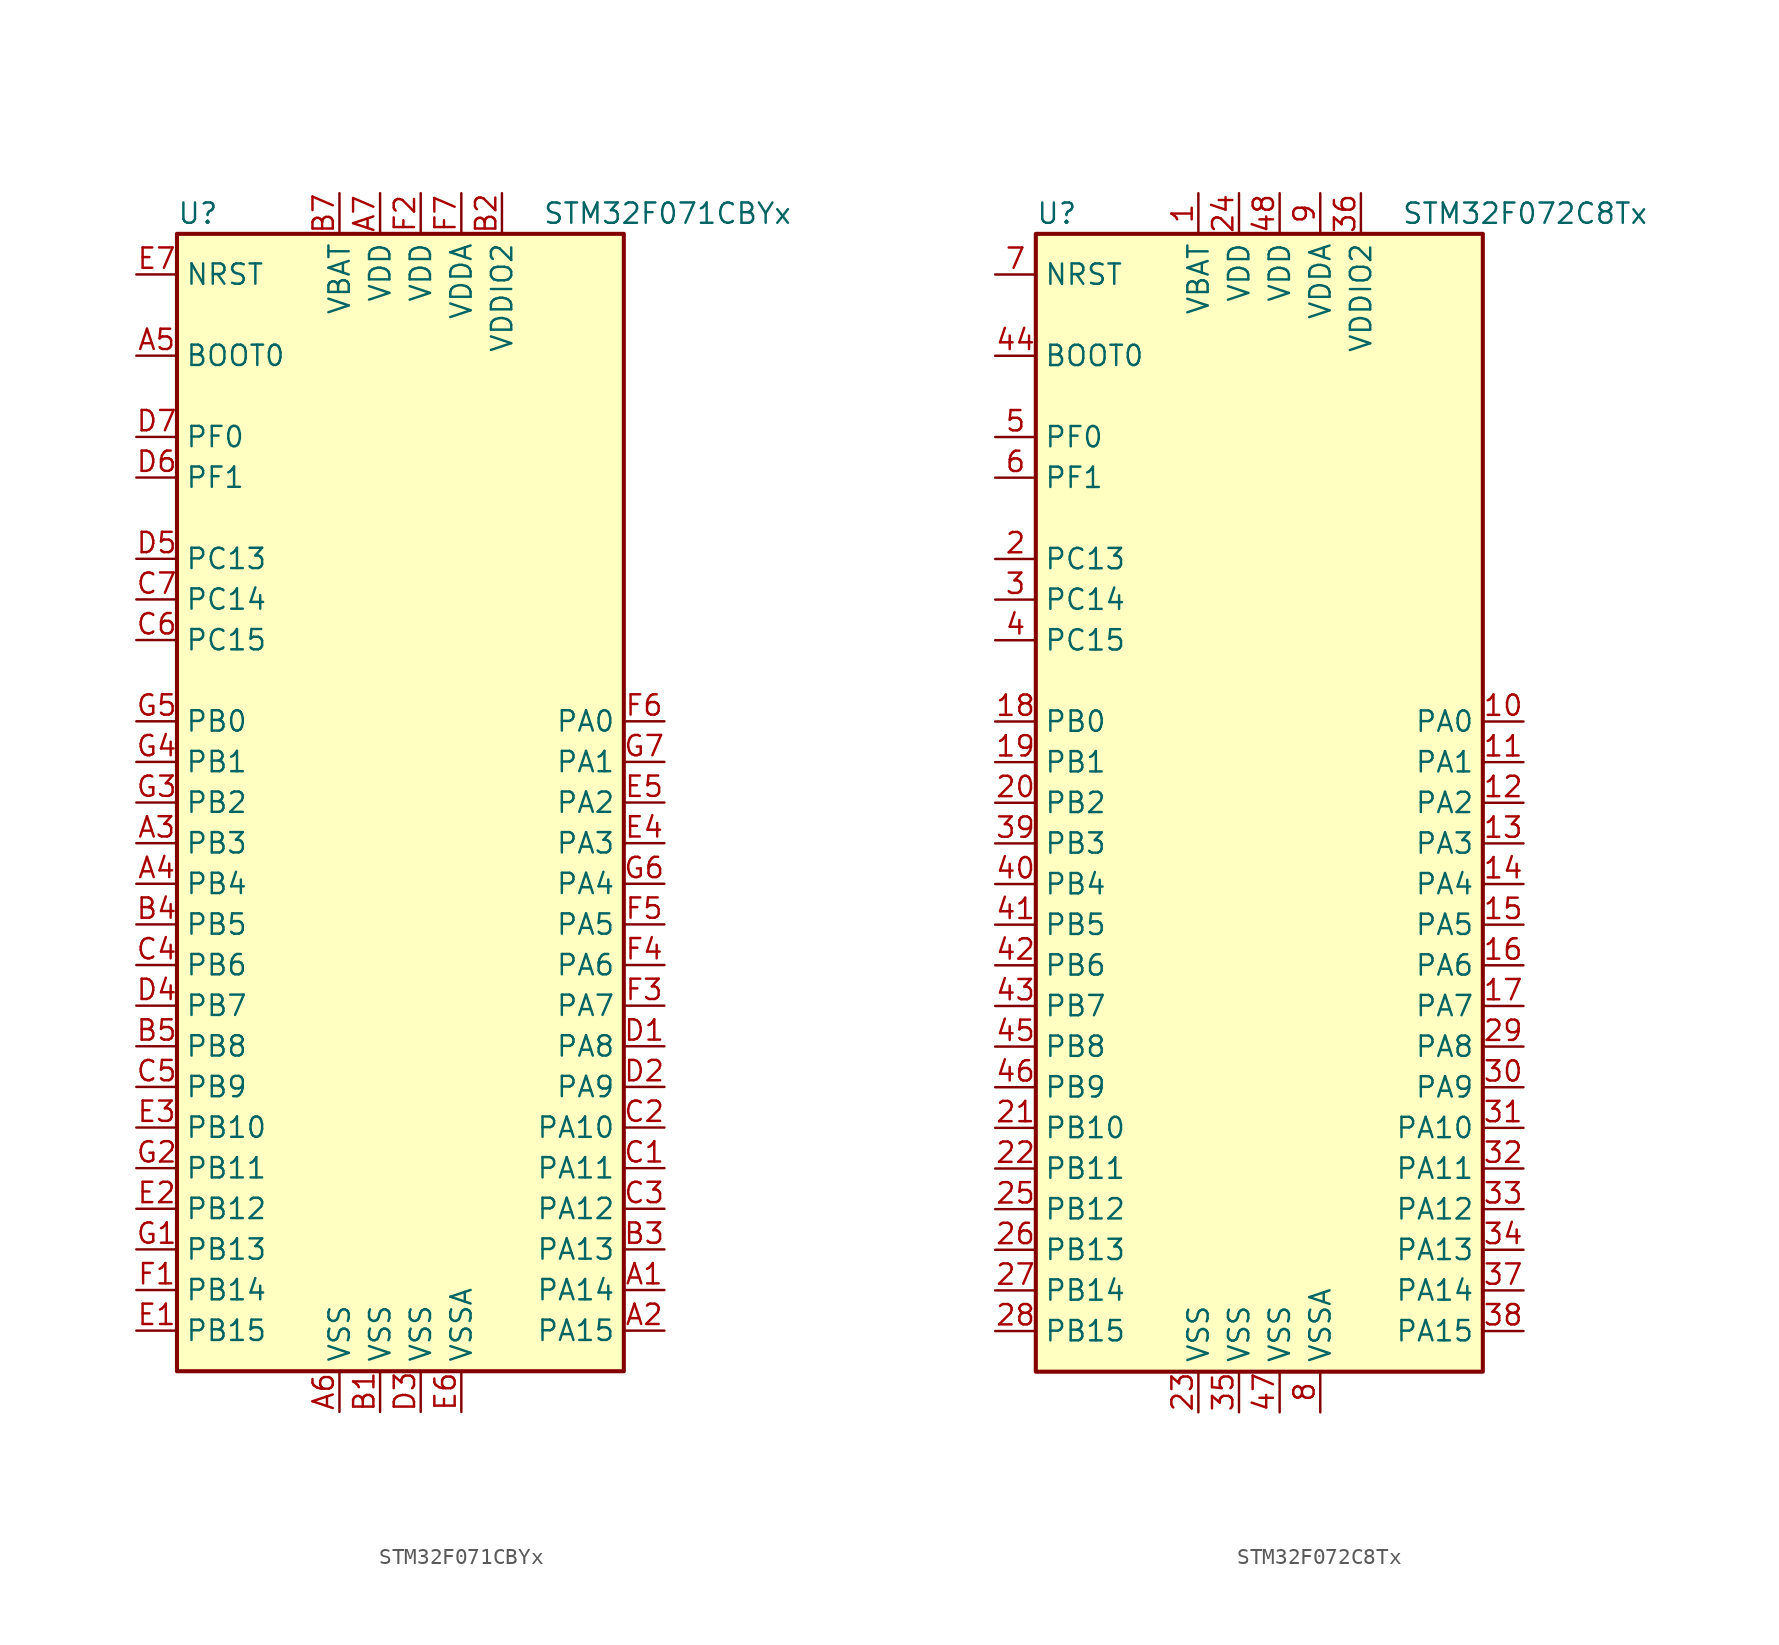
<source format=kicad_sym>
(kicad_symbol_lib
  (version 20201005)
  (generator kicad_symbol_editor)
  (symbol "STM32F071CBYx"
    (property "Reference" "U"
      (at -15.24 36.83 0)
      (effects (font (size 1.27 1.27)) (justify left)))
    (property "Value" "STM32F071CBYx"
      (at 7.62 36.83 0)
      (effects (font (size 1.27 1.27)) (justify left)))
    (symbol "STM32F071CBYx_0_1"
      (rectangle (start -15.24 -35.56) (end 12.7 35.56) (stroke (width 0.254)) (fill (type background))))
    (symbol "STM32F071CBYx_1_1"
      (pin input line (at -17.78 27.94 0) (length 2.54) (name "BOOT0" (effects (font (size 1.27 1.27)))) (number "A5" (effects (font (size 1.27 1.27)))))
      (pin no_connect line (at -15.24 -33.02 0) (length 2.54) hide (name "NC" (effects (font (size 1.27 1.27)))) (number "B6" (effects (font (size 1.27 1.27)))))
      (pin input line (at -17.78 33.02 0) (length 2.54) (name "NRST" (effects (font (size 1.27 1.27)))) (number "E7" (effects (font (size 1.27 1.27)))))
      (pin bidirectional line (at 15.24 5.08 180) (length 2.54) (name "PA0" (effects (font (size 1.27 1.27)))) (number "F6" (effects (font (size 1.27 1.27)))))
      (pin bidirectional line (at 15.24 2.54 180) (length 2.54) (name "PA1" (effects (font (size 1.27 1.27)))) (number "G7" (effects (font (size 1.27 1.27)))))
      (pin bidirectional line (at 15.24 -20.32 180) (length 2.54) (name "PA10" (effects (font (size 1.27 1.27)))) (number "C2" (effects (font (size 1.27 1.27)))))
      (pin bidirectional line (at 15.24 -22.86 180) (length 2.54) (name "PA11" (effects (font (size 1.27 1.27)))) (number "C1" (effects (font (size 1.27 1.27)))))
      (pin bidirectional line (at 15.24 -25.4 180) (length 2.54) (name "PA12" (effects (font (size 1.27 1.27)))) (number "C3" (effects (font (size 1.27 1.27)))))
      (pin bidirectional line (at 15.24 -27.94 180) (length 2.54) (name "PA13" (effects (font (size 1.27 1.27)))) (number "B3" (effects (font (size 1.27 1.27)))))
      (pin bidirectional line (at 15.24 -30.48 180) (length 2.54) (name "PA14" (effects (font (size 1.27 1.27)))) (number "A1" (effects (font (size 1.27 1.27)))))
      (pin bidirectional line (at 15.24 -33.02 180) (length 2.54) (name "PA15" (effects (font (size 1.27 1.27)))) (number "A2" (effects (font (size 1.27 1.27)))))
      (pin bidirectional line (at 15.24 0 180) (length 2.54) (name "PA2" (effects (font (size 1.27 1.27)))) (number "E5" (effects (font (size 1.27 1.27)))))
      (pin bidirectional line (at 15.24 -2.54 180) (length 2.54) (name "PA3" (effects (font (size 1.27 1.27)))) (number "E4" (effects (font (size 1.27 1.27)))))
      (pin bidirectional line (at 15.24 -5.08 180) (length 2.54) (name "PA4" (effects (font (size 1.27 1.27)))) (number "G6" (effects (font (size 1.27 1.27)))))
      (pin bidirectional line (at 15.24 -7.62 180) (length 2.54) (name "PA5" (effects (font (size 1.27 1.27)))) (number "F5" (effects (font (size 1.27 1.27)))))
      (pin bidirectional line (at 15.24 -10.16 180) (length 2.54) (name "PA6" (effects (font (size 1.27 1.27)))) (number "F4" (effects (font (size 1.27 1.27)))))
      (pin bidirectional line (at 15.24 -12.7 180) (length 2.54) (name "PA7" (effects (font (size 1.27 1.27)))) (number "F3" (effects (font (size 1.27 1.27)))))
      (pin bidirectional line (at 15.24 -15.24 180) (length 2.54) (name "PA8" (effects (font (size 1.27 1.27)))) (number "D1" (effects (font (size 1.27 1.27)))))
      (pin bidirectional line (at 15.24 -17.78 180) (length 2.54) (name "PA9" (effects (font (size 1.27 1.27)))) (number "D2" (effects (font (size 1.27 1.27)))))
      (pin bidirectional line (at -17.78 5.08 0) (length 2.54) (name "PB0" (effects (font (size 1.27 1.27)))) (number "G5" (effects (font (size 1.27 1.27)))))
      (pin bidirectional line (at -17.78 2.54 0) (length 2.54) (name "PB1" (effects (font (size 1.27 1.27)))) (number "G4" (effects (font (size 1.27 1.27)))))
      (pin bidirectional line (at -17.78 -20.32 0) (length 2.54) (name "PB10" (effects (font (size 1.27 1.27)))) (number "E3" (effects (font (size 1.27 1.27)))))
      (pin bidirectional line (at -17.78 -22.86 0) (length 2.54) (name "PB11" (effects (font (size 1.27 1.27)))) (number "G2" (effects (font (size 1.27 1.27)))))
      (pin bidirectional line (at -17.78 -25.4 0) (length 2.54) (name "PB12" (effects (font (size 1.27 1.27)))) (number "E2" (effects (font (size 1.27 1.27)))))
      (pin bidirectional line (at -17.78 -27.94 0) (length 2.54) (name "PB13" (effects (font (size 1.27 1.27)))) (number "G1" (effects (font (size 1.27 1.27)))))
      (pin bidirectional line (at -17.78 -30.48 0) (length 2.54) (name "PB14" (effects (font (size 1.27 1.27)))) (number "F1" (effects (font (size 1.27 1.27)))))
      (pin bidirectional line (at -17.78 -33.02 0) (length 2.54) (name "PB15" (effects (font (size 1.27 1.27)))) (number "E1" (effects (font (size 1.27 1.27)))))
      (pin bidirectional line (at -17.78 0 0) (length 2.54) (name "PB2" (effects (font (size 1.27 1.27)))) (number "G3" (effects (font (size 1.27 1.27)))))
      (pin bidirectional line (at -17.78 -2.54 0) (length 2.54) (name "PB3" (effects (font (size 1.27 1.27)))) (number "A3" (effects (font (size 1.27 1.27)))))
      (pin bidirectional line (at -17.78 -5.08 0) (length 2.54) (name "PB4" (effects (font (size 1.27 1.27)))) (number "A4" (effects (font (size 1.27 1.27)))))
      (pin bidirectional line (at -17.78 -7.62 0) (length 2.54) (name "PB5" (effects (font (size 1.27 1.27)))) (number "B4" (effects (font (size 1.27 1.27)))))
      (pin bidirectional line (at -17.78 -10.16 0) (length 2.54) (name "PB6" (effects (font (size 1.27 1.27)))) (number "C4" (effects (font (size 1.27 1.27)))))
      (pin bidirectional line (at -17.78 -12.7 0) (length 2.54) (name "PB7" (effects (font (size 1.27 1.27)))) (number "D4" (effects (font (size 1.27 1.27)))))
      (pin bidirectional line (at -17.78 -15.24 0) (length 2.54) (name "PB8" (effects (font (size 1.27 1.27)))) (number "B5" (effects (font (size 1.27 1.27)))))
      (pin bidirectional line (at -17.78 -17.78 0) (length 2.54) (name "PB9" (effects (font (size 1.27 1.27)))) (number "C5" (effects (font (size 1.27 1.27)))))
      (pin bidirectional line (at -17.78 15.24 0) (length 2.54) (name "PC13" (effects (font (size 1.27 1.27)))) (number "D5" (effects (font (size 1.27 1.27)))))
      (pin bidirectional line (at -17.78 12.7 0) (length 2.54) (name "PC14" (effects (font (size 1.27 1.27)))) (number "C7" (effects (font (size 1.27 1.27)))))
      (pin bidirectional line (at -17.78 10.16 0) (length 2.54) (name "PC15" (effects (font (size 1.27 1.27)))) (number "C6" (effects (font (size 1.27 1.27)))))
      (pin input line (at -17.78 22.86 0) (length 2.54) (name "PF0" (effects (font (size 1.27 1.27)))) (number "D7" (effects (font (size 1.27 1.27)))))
      (pin input line (at -17.78 20.32 0) (length 2.54) (name "PF1" (effects (font (size 1.27 1.27)))) (number "D6" (effects (font (size 1.27 1.27)))))
      (pin power_in line (at -5.08 38.1 270) (length 2.54) (name "VBAT" (effects (font (size 1.27 1.27)))) (number "B7" (effects (font (size 1.27 1.27)))))
      (pin power_in line (at -2.54 38.1 270) (length 2.54) (name "VDD" (effects (font (size 1.27 1.27)))) (number "A7" (effects (font (size 1.27 1.27)))))
      (pin power_in line (at 0 38.1 270) (length 2.54) (name "VDD" (effects (font (size 1.27 1.27)))) (number "F2" (effects (font (size 1.27 1.27)))))
      (pin power_in line (at 2.54 38.1 270) (length 2.54) (name "VDDA" (effects (font (size 1.27 1.27)))) (number "F7" (effects (font (size 1.27 1.27)))))
      (pin power_in line (at 5.08 38.1 270) (length 2.54) (name "VDDIO2" (effects (font (size 1.27 1.27)))) (number "B2" (effects (font (size 1.27 1.27)))))
      (pin power_in line (at -5.08 -38.1 90) (length 2.54) (name "VSS" (effects (font (size 1.27 1.27)))) (number "A6" (effects (font (size 1.27 1.27)))))
      (pin power_in line (at -2.54 -38.1 90) (length 2.54) (name "VSS" (effects (font (size 1.27 1.27)))) (number "B1" (effects (font (size 1.27 1.27)))))
      (pin power_in line (at 0 -38.1 90) (length 2.54) (name "VSS" (effects (font (size 1.27 1.27)))) (number "D3" (effects (font (size 1.27 1.27)))))
      (pin power_in line (at 2.54 -38.1 90) (length 2.54) (name "VSSA" (effects (font (size 1.27 1.27)))) (number "E6" (effects (font (size 1.27 1.27)))))))
  (symbol "STM32F072C8Tx"
    (property "Reference" "U"
      (at -15.24 36.83 0)
      (effects (font (size 1.27 1.27)) (justify left)))
    (property "Value" "STM32F072C8Tx"
      (at 7.62 36.83 0)
      (effects (font (size 1.27 1.27)) (justify left)))
    (symbol "STM32F072C8Tx_0_1"
      (rectangle (start -15.24 -35.56) (end 12.7 35.56) (stroke (width 0.254)) (fill (type background))))
    (symbol "STM32F072C8Tx_1_1"
      (pin input line (at -17.78 27.94 0) (length 2.54) (name "BOOT0" (effects (font (size 1.27 1.27)))) (number "44" (effects (font (size 1.27 1.27)))))
      (pin input line (at -17.78 33.02 0) (length 2.54) (name "NRST" (effects (font (size 1.27 1.27)))) (number "7" (effects (font (size 1.27 1.27)))))
      (pin bidirectional line (at 15.24 5.08 180) (length 2.54) (name "PA0" (effects (font (size 1.27 1.27)))) (number "10" (effects (font (size 1.27 1.27)))))
      (pin bidirectional line (at 15.24 2.54 180) (length 2.54) (name "PA1" (effects (font (size 1.27 1.27)))) (number "11" (effects (font (size 1.27 1.27)))))
      (pin bidirectional line (at 15.24 -20.32 180) (length 2.54) (name "PA10" (effects (font (size 1.27 1.27)))) (number "31" (effects (font (size 1.27 1.27)))))
      (pin bidirectional line (at 15.24 -22.86 180) (length 2.54) (name "PA11" (effects (font (size 1.27 1.27)))) (number "32" (effects (font (size 1.27 1.27)))))
      (pin bidirectional line (at 15.24 -25.4 180) (length 2.54) (name "PA12" (effects (font (size 1.27 1.27)))) (number "33" (effects (font (size 1.27 1.27)))))
      (pin bidirectional line (at 15.24 -27.94 180) (length 2.54) (name "PA13" (effects (font (size 1.27 1.27)))) (number "34" (effects (font (size 1.27 1.27)))))
      (pin bidirectional line (at 15.24 -30.48 180) (length 2.54) (name "PA14" (effects (font (size 1.27 1.27)))) (number "37" (effects (font (size 1.27 1.27)))))
      (pin bidirectional line (at 15.24 -33.02 180) (length 2.54) (name "PA15" (effects (font (size 1.27 1.27)))) (number "38" (effects (font (size 1.27 1.27)))))
      (pin bidirectional line (at 15.24 0 180) (length 2.54) (name "PA2" (effects (font (size 1.27 1.27)))) (number "12" (effects (font (size 1.27 1.27)))))
      (pin bidirectional line (at 15.24 -2.54 180) (length 2.54) (name "PA3" (effects (font (size 1.27 1.27)))) (number "13" (effects (font (size 1.27 1.27)))))
      (pin bidirectional line (at 15.24 -5.08 180) (length 2.54) (name "PA4" (effects (font (size 1.27 1.27)))) (number "14" (effects (font (size 1.27 1.27)))))
      (pin bidirectional line (at 15.24 -7.62 180) (length 2.54) (name "PA5" (effects (font (size 1.27 1.27)))) (number "15" (effects (font (size 1.27 1.27)))))
      (pin bidirectional line (at 15.24 -10.16 180) (length 2.54) (name "PA6" (effects (font (size 1.27 1.27)))) (number "16" (effects (font (size 1.27 1.27)))))
      (pin bidirectional line (at 15.24 -12.7 180) (length 2.54) (name "PA7" (effects (font (size 1.27 1.27)))) (number "17" (effects (font (size 1.27 1.27)))))
      (pin bidirectional line (at 15.24 -15.24 180) (length 2.54) (name "PA8" (effects (font (size 1.27 1.27)))) (number "29" (effects (font (size 1.27 1.27)))))
      (pin bidirectional line (at 15.24 -17.78 180) (length 2.54) (name "PA9" (effects (font (size 1.27 1.27)))) (number "30" (effects (font (size 1.27 1.27)))))
      (pin bidirectional line (at -17.78 5.08 0) (length 2.54) (name "PB0" (effects (font (size 1.27 1.27)))) (number "18" (effects (font (size 1.27 1.27)))))
      (pin bidirectional line (at -17.78 2.54 0) (length 2.54) (name "PB1" (effects (font (size 1.27 1.27)))) (number "19" (effects (font (size 1.27 1.27)))))
      (pin bidirectional line (at -17.78 -20.32 0) (length 2.54) (name "PB10" (effects (font (size 1.27 1.27)))) (number "21" (effects (font (size 1.27 1.27)))))
      (pin bidirectional line (at -17.78 -22.86 0) (length 2.54) (name "PB11" (effects (font (size 1.27 1.27)))) (number "22" (effects (font (size 1.27 1.27)))))
      (pin bidirectional line (at -17.78 -25.4 0) (length 2.54) (name "PB12" (effects (font (size 1.27 1.27)))) (number "25" (effects (font (size 1.27 1.27)))))
      (pin bidirectional line (at -17.78 -27.94 0) (length 2.54) (name "PB13" (effects (font (size 1.27 1.27)))) (number "26" (effects (font (size 1.27 1.27)))))
      (pin bidirectional line (at -17.78 -30.48 0) (length 2.54) (name "PB14" (effects (font (size 1.27 1.27)))) (number "27" (effects (font (size 1.27 1.27)))))
      (pin bidirectional line (at -17.78 -33.02 0) (length 2.54) (name "PB15" (effects (font (size 1.27 1.27)))) (number "28" (effects (font (size 1.27 1.27)))))
      (pin bidirectional line (at -17.78 0 0) (length 2.54) (name "PB2" (effects (font (size 1.27 1.27)))) (number "20" (effects (font (size 1.27 1.27)))))
      (pin bidirectional line (at -17.78 -2.54 0) (length 2.54) (name "PB3" (effects (font (size 1.27 1.27)))) (number "39" (effects (font (size 1.27 1.27)))))
      (pin bidirectional line (at -17.78 -5.08 0) (length 2.54) (name "PB4" (effects (font (size 1.27 1.27)))) (number "40" (effects (font (size 1.27 1.27)))))
      (pin bidirectional line (at -17.78 -7.62 0) (length 2.54) (name "PB5" (effects (font (size 1.27 1.27)))) (number "41" (effects (font (size 1.27 1.27)))))
      (pin bidirectional line (at -17.78 -10.16 0) (length 2.54) (name "PB6" (effects (font (size 1.27 1.27)))) (number "42" (effects (font (size 1.27 1.27)))))
      (pin bidirectional line (at -17.78 -12.7 0) (length 2.54) (name "PB7" (effects (font (size 1.27 1.27)))) (number "43" (effects (font (size 1.27 1.27)))))
      (pin bidirectional line (at -17.78 -15.24 0) (length 2.54) (name "PB8" (effects (font (size 1.27 1.27)))) (number "45" (effects (font (size 1.27 1.27)))))
      (pin bidirectional line (at -17.78 -17.78 0) (length 2.54) (name "PB9" (effects (font (size 1.27 1.27)))) (number "46" (effects (font (size 1.27 1.27)))))
      (pin bidirectional line (at -17.78 15.24 0) (length 2.54) (name "PC13" (effects (font (size 1.27 1.27)))) (number "2" (effects (font (size 1.27 1.27)))))
      (pin bidirectional line (at -17.78 12.7 0) (length 2.54) (name "PC14" (effects (font (size 1.27 1.27)))) (number "3" (effects (font (size 1.27 1.27)))))
      (pin bidirectional line (at -17.78 10.16 0) (length 2.54) (name "PC15" (effects (font (size 1.27 1.27)))) (number "4" (effects (font (size 1.27 1.27)))))
      (pin input line (at -17.78 22.86 0) (length 2.54) (name "PF0" (effects (font (size 1.27 1.27)))) (number "5" (effects (font (size 1.27 1.27)))))
      (pin input line (at -17.78 20.32 0) (length 2.54) (name "PF1" (effects (font (size 1.27 1.27)))) (number "6" (effects (font (size 1.27 1.27)))))
      (pin power_in line (at -5.08 38.1 270) (length 2.54) (name "VBAT" (effects (font (size 1.27 1.27)))) (number "1" (effects (font (size 1.27 1.27)))))
      (pin power_in line (at -2.54 38.1 270) (length 2.54) (name "VDD" (effects (font (size 1.27 1.27)))) (number "24" (effects (font (size 1.27 1.27)))))
      (pin power_in line (at 0 38.1 270) (length 2.54) (name "VDD" (effects (font (size 1.27 1.27)))) (number "48" (effects (font (size 1.27 1.27)))))
      (pin power_in line (at 2.54 38.1 270) (length 2.54) (name "VDDA" (effects (font (size 1.27 1.27)))) (number "9" (effects (font (size 1.27 1.27)))))
      (pin power_in line (at 5.08 38.1 270) (length 2.54) (name "VDDIO2" (effects (font (size 1.27 1.27)))) (number "36" (effects (font (size 1.27 1.27)))))
      (pin power_in line (at -5.08 -38.1 90) (length 2.54) (name "VSS" (effects (font (size 1.27 1.27)))) (number "23" (effects (font (size 1.27 1.27)))))
      (pin power_in line (at -2.54 -38.1 90) (length 2.54) (name "VSS" (effects (font (size 1.27 1.27)))) (number "35" (effects (font (size 1.27 1.27)))))
      (pin power_in line (at 0 -38.1 90) (length 2.54) (name "VSS" (effects (font (size 1.27 1.27)))) (number "47" (effects (font (size 1.27 1.27)))))
      (pin power_in line (at 2.54 -38.1 90) (length 2.54) (name "VSSA" (effects (font (size 1.27 1.27)))) (number "8" (effects (font (size 1.27 1.27))))))))
</source>
